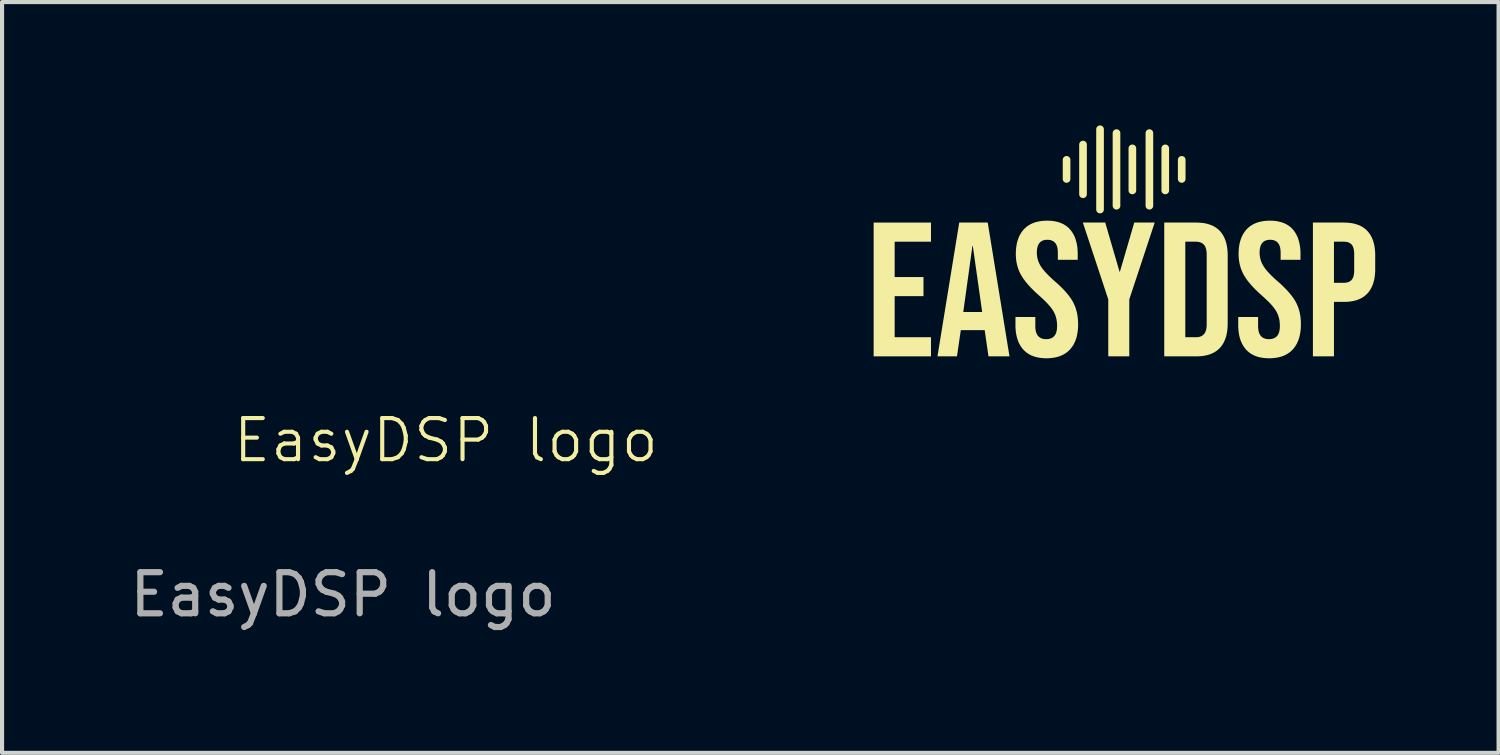
<source format=kicad_pcb>
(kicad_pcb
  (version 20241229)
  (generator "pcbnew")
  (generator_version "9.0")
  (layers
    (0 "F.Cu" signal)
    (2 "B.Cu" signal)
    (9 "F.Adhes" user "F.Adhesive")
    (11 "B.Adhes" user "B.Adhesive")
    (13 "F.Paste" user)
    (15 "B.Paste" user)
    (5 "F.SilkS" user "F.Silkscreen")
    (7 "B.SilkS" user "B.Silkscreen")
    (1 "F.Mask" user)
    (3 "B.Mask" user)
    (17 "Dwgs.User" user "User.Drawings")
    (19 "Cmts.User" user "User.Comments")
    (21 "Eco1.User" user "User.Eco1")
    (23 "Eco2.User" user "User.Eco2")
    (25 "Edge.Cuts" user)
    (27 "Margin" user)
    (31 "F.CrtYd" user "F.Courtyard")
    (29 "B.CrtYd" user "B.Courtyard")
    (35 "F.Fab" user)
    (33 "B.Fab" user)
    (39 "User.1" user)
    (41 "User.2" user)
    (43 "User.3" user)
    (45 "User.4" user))
  (footprint "EasyDSP logo"
    (layer "F.Cu")
    (at 24.292 2.908)
    (property "Reference" "EasyDSP logo" (at -16.5 4.75 0) (unlocked yes) (layer "F.SilkS") (effects (font (size 1 1) (thickness 0.1))))
    (attr smd)
    (fp_poly (pts (xy -0.119 0.649) (xy -0.11 0.649) (xy 0.239 -0.546) (xy 0.736 -0.546) (xy 0.118 1.322) (xy 0.118 2.707) (xy -0.393 2.707) (xy -0.393 1.322) (xy -1.011 -0.546) (xy -0.467 -0.546)) (stroke (width 0) (type solid)) (fill yes) (layer "F.SilkS"))
    (fp_poly (pts (xy -4.704 -0.081) (xy -5.587 -0.081) (xy -5.587 0.779) (xy -4.886 0.779) (xy -4.886 1.243) (xy -5.587 1.243) (xy -5.587 2.242) (xy -4.704 2.242) (xy -4.704 2.707) (xy -6.098 2.707) (xy -6.098 -0.546) (xy -4.704 -0.546)) (stroke (width 0) (type solid)) (fill yes) (layer "F.SilkS"))
    (fp_poly (pts (xy -2.795 2.707) (xy -3.306 2.707) (xy -3.399 2.061) (xy -3.399 2.07) (xy -3.979 2.07) (xy -4.072 2.707) (xy -4.546 2.707) (xy -4.371 1.629) (xy -3.919 1.629) (xy -3.459 1.629) (xy -3.687 0.021) (xy -3.696 0.021) (xy -3.919 1.629) (xy -4.371 1.629) (xy -4.017 -0.546) (xy -3.324 -0.546)) (stroke (width 0) (type solid)) (fill yes) (layer "F.SilkS"))
    (fp_poly (pts (xy -1.402 -2.164) (xy -1.398 -2.164) (xy -1.393 -2.163) (xy -1.388 -2.162) (xy -1.384 -2.161) (xy -1.379 -2.16) (xy -1.375 -2.158) (xy -1.371 -2.157) (xy -1.367 -2.155) (xy -1.363 -2.153) (xy -1.359 -2.151) (xy -1.355 -2.148) (xy -1.351 -2.146) (xy -1.348 -2.143) (xy -1.345 -2.14) (xy -1.341 -2.137) (xy -1.338 -2.134) (xy -1.335 -2.13) (xy -1.333 -2.127) (xy -1.33 -2.123) (xy -1.328 -2.119) (xy -1.325 -2.115) (xy -1.323 -2.111) (xy -1.321 -2.107) (xy -1.32 -2.103) (xy -1.318 -2.099) (xy -1.317 -2.094) (xy -1.316 -2.09) (xy -1.315 -2.085) (xy -1.315 -2.081) (xy -1.314 -2.076) (xy -1.314 -2.071) (xy -1.314 -1.607) (xy -1.314 -1.602) (xy -1.315 -1.597) (xy -1.315 -1.592) (xy -1.316 -1.588) (xy -1.317 -1.583) (xy -1.318 -1.579) (xy -1.32 -1.575) (xy -1.321 -1.57) (xy -1.323 -1.566) (xy -1.325 -1.562) (xy -1.328 -1.558) (xy -1.33 -1.555) (xy -1.333 -1.551) (xy -1.335 -1.547) (xy -1.338 -1.544) (xy -1.341 -1.541) (xy -1.345 -1.538) (xy -1.348 -1.535) (xy -1.351 -1.532) (xy -1.355 -1.529) (xy -1.359 -1.527) (xy -1.363 -1.525) (xy -1.367 -1.523) (xy -1.371 -1.521) (xy -1.375 -1.519) (xy -1.379 -1.518) (xy -1.384 -1.517) (xy -1.388 -1.515) (xy -1.393 -1.515) (xy -1.398 -1.514) (xy -1.402 -1.514) (xy -1.407 -1.514) (xy -1.412 -1.514) (xy -1.417 -1.514) (xy -1.421 -1.515) (xy -1.426 -1.515) (xy -1.43 -1.517) (xy -1.435 -1.518) (xy -1.439 -1.519) (xy -1.443 -1.521) (xy -1.447 -1.523) (xy -1.451 -1.525) (xy -1.455 -1.527) (xy -1.459 -1.529) (xy -1.463 -1.532) (xy -1.466 -1.535) (xy -1.47 -1.538) (xy -1.473 -1.541) (xy -1.476 -1.544) (xy -1.479 -1.547) (xy -1.482 -1.551) (xy -1.484 -1.555) (xy -1.487 -1.558) (xy -1.489 -1.562) (xy -1.491 -1.566) (xy -1.493 -1.57) (xy -1.494 -1.575) (xy -1.496 -1.579) (xy -1.497 -1.583) (xy -1.498 -1.588) (xy -1.499 -1.592) (xy -1.5 -1.597) (xy -1.5 -1.602) (xy -1.5 -1.607) (xy -1.5 -2.071) (xy -1.5 -2.076) (xy -1.5 -2.081) (xy -1.499 -2.085) (xy -1.498 -2.09) (xy -1.497 -2.094) (xy -1.496 -2.099) (xy -1.494 -2.103) (xy -1.493 -2.107) (xy -1.491 -2.111) (xy -1.489 -2.115) (xy -1.487 -2.119) (xy -1.484 -2.123) (xy -1.482 -2.127) (xy -1.479 -2.13) (xy -1.476 -2.134) (xy -1.473 -2.137) (xy -1.47 -2.14) (xy -1.466 -2.143) (xy -1.463 -2.146) (xy -1.459 -2.148) (xy -1.455 -2.151) (xy -1.451 -2.153) (xy -1.447 -2.155) (xy -1.443 -2.157) (xy -1.439 -2.158) (xy -1.435 -2.16) (xy -1.43 -2.161) (xy -1.426 -2.162) (xy -1.421 -2.163) (xy -1.417 -2.164) (xy -1.412 -2.164) (xy -1.407 -2.164)) (stroke (width 0) (type solid)) (fill yes) (layer "F.SilkS"))
    (fp_poly (pts (xy -1.002 -2.536) (xy -0.998 -2.535) (xy -0.993 -2.535) (xy -0.988 -2.534) (xy -0.984 -2.533) (xy -0.979 -2.532) (xy -0.975 -2.53) (xy -0.971 -2.529) (xy -0.967 -2.527) (xy -0.963 -2.525) (xy -0.959 -2.522) (xy -0.955 -2.52) (xy -0.951 -2.517) (xy -0.948 -2.515) (xy -0.945 -2.512) (xy -0.941 -2.509) (xy -0.938 -2.505) (xy -0.935 -2.502) (xy -0.933 -2.499) (xy -0.93 -2.495) (xy -0.928 -2.491) (xy -0.925 -2.487) (xy -0.923 -2.483) (xy -0.921 -2.479) (xy -0.92 -2.475) (xy -0.918 -2.471) (xy -0.917 -2.466) (xy -0.916 -2.462) (xy -0.915 -2.457) (xy -0.915 -2.452) (xy -0.914 -2.448) (xy -0.914 -2.443) (xy -0.914 -1.235) (xy -0.914 -1.23) (xy -0.915 -1.225) (xy -0.915 -1.221) (xy -0.916 -1.216) (xy -0.917 -1.212) (xy -0.918 -1.207) (xy -0.92 -1.203) (xy -0.921 -1.199) (xy -0.923 -1.195) (xy -0.925 -1.191) (xy -0.928 -1.187) (xy -0.93 -1.183) (xy -0.933 -1.179) (xy -0.935 -1.176) (xy -0.938 -1.172) (xy -0.941 -1.169) (xy -0.945 -1.166) (xy -0.948 -1.163) (xy -0.951 -1.16) (xy -0.955 -1.158) (xy -0.959 -1.155) (xy -0.963 -1.153) (xy -0.967 -1.151) (xy -0.971 -1.149) (xy -0.975 -1.148) (xy -0.979 -1.146) (xy -0.984 -1.145) (xy -0.988 -1.144) (xy -0.993 -1.143) (xy -0.998 -1.142) (xy -1.002 -1.142) (xy -1.007 -1.142) (xy -1.012 -1.142) (xy -1.017 -1.142) (xy -1.021 -1.143) (xy -1.026 -1.144) (xy -1.03 -1.145) (xy -1.035 -1.146) (xy -1.039 -1.148) (xy -1.043 -1.149) (xy -1.047 -1.151) (xy -1.051 -1.153) (xy -1.055 -1.155) (xy -1.059 -1.158) (xy -1.063 -1.16) (xy -1.066 -1.163) (xy -1.07 -1.166) (xy -1.073 -1.169) (xy -1.076 -1.172) (xy -1.079 -1.176) (xy -1.082 -1.179) (xy -1.084 -1.183) (xy -1.087 -1.187) (xy -1.089 -1.191) (xy -1.091 -1.195) (xy -1.093 -1.199) (xy -1.094 -1.203) (xy -1.096 -1.207) (xy -1.097 -1.212) (xy -1.098 -1.216) (xy -1.099 -1.221) (xy -1.1 -1.225) (xy -1.1 -1.23) (xy -1.1 -1.235) (xy -1.1 -2.443) (xy -1.1 -2.448) (xy -1.1 -2.452) (xy -1.099 -2.457) (xy -1.098 -2.462) (xy -1.097 -2.466) (xy -1.096 -2.471) (xy -1.094 -2.475) (xy -1.093 -2.479) (xy -1.091 -2.483) (xy -1.089 -2.487) (xy -1.087 -2.491) (xy -1.084 -2.495) (xy -1.082 -2.499) (xy -1.079 -2.502) (xy -1.076 -2.505) (xy -1.073 -2.509) (xy -1.07 -2.512) (xy -1.066 -2.515) (xy -1.063 -2.517) (xy -1.059 -2.52) (xy -1.055 -2.522) (xy -1.051 -2.525) (xy -1.047 -2.527) (xy -1.043 -2.529) (xy -1.039 -2.53) (xy -1.035 -2.532) (xy -1.03 -2.533) (xy -1.026 -2.534) (xy -1.021 -2.535) (xy -1.017 -2.535) (xy -1.012 -2.536) (xy -1.007 -2.536)) (stroke (width 0) (type solid)) (fill yes) (layer "F.SilkS"))
    (fp_poly (pts (xy -0.588 -2.907) (xy -0.583 -2.907) (xy -0.579 -2.907) (xy -0.574 -2.906) (xy -0.57 -2.905) (xy -0.565 -2.903) (xy -0.561 -2.902) (xy -0.557 -2.9) (xy -0.553 -2.898) (xy -0.549 -2.896) (xy -0.545 -2.894) (xy -0.541 -2.892) (xy -0.537 -2.889) (xy -0.534 -2.886) (xy -0.53 -2.883) (xy -0.527 -2.88) (xy -0.524 -2.877) (xy -0.521 -2.874) (xy -0.518 -2.87) (xy -0.516 -2.867) (xy -0.513 -2.863) (xy -0.511 -2.859) (xy -0.509 -2.855) (xy -0.507 -2.851) (xy -0.506 -2.847) (xy -0.504 -2.842) (xy -0.503 -2.838) (xy -0.502 -2.833) (xy -0.501 -2.829) (xy -0.5 -2.824) (xy -0.5 -2.819) (xy -0.5 -2.815) (xy -0.5 -0.863) (xy -0.5 -0.858) (xy -0.5 -0.854) (xy -0.501 -0.849) (xy -0.502 -0.844) (xy -0.503 -0.84) (xy -0.504 -0.835) (xy -0.506 -0.831) (xy -0.507 -0.827) (xy -0.509 -0.823) (xy -0.511 -0.819) (xy -0.513 -0.815) (xy -0.516 -0.811) (xy -0.518 -0.807) (xy -0.521 -0.804) (xy -0.524 -0.801) (xy -0.527 -0.797) (xy -0.53 -0.794) (xy -0.534 -0.791) (xy -0.537 -0.789) (xy -0.541 -0.786) (xy -0.545 -0.784) (xy -0.549 -0.781) (xy -0.553 -0.779) (xy -0.557 -0.777) (xy -0.561 -0.776) (xy -0.565 -0.774) (xy -0.57 -0.773) (xy -0.574 -0.772) (xy -0.579 -0.771) (xy -0.583 -0.771) (xy -0.588 -0.77) (xy -0.593 -0.77) (xy -0.598 -0.77) (xy -0.602 -0.771) (xy -0.607 -0.771) (xy -0.612 -0.772) (xy -0.616 -0.773) (xy -0.621 -0.774) (xy -0.625 -0.776) (xy -0.629 -0.777) (xy -0.633 -0.779) (xy -0.637 -0.781) (xy -0.641 -0.784) (xy -0.645 -0.786) (xy -0.649 -0.789) (xy -0.652 -0.791) (xy -0.655 -0.794) (xy -0.659 -0.797) (xy -0.662 -0.801) (xy -0.665 -0.804) (xy -0.667 -0.807) (xy -0.67 -0.811) (xy -0.672 -0.815) (xy -0.675 -0.819) (xy -0.677 -0.823) (xy -0.679 -0.827) (xy -0.68 -0.831) (xy -0.682 -0.835) (xy -0.683 -0.84) (xy -0.684 -0.844) (xy -0.685 -0.849) (xy -0.685 -0.854) (xy -0.686 -0.858) (xy -0.686 -0.863) (xy -0.686 -2.815) (xy -0.686 -2.819) (xy -0.685 -2.824) (xy -0.685 -2.829) (xy -0.684 -2.833) (xy -0.683 -2.838) (xy -0.682 -2.842) (xy -0.68 -2.847) (xy -0.679 -2.851) (xy -0.677 -2.855) (xy -0.675 -2.859) (xy -0.672 -2.863) (xy -0.67 -2.867) (xy -0.667 -2.87) (xy -0.665 -2.874) (xy -0.662 -2.877) (xy -0.659 -2.88) (xy -0.655 -2.883) (xy -0.652 -2.886) (xy -0.649 -2.889) (xy -0.645 -2.892) (xy -0.641 -2.894) (xy -0.637 -2.896) (xy -0.633 -2.898) (xy -0.629 -2.9) (xy -0.625 -2.902) (xy -0.621 -2.903) (xy -0.616 -2.905) (xy -0.612 -2.906) (xy -0.607 -2.907) (xy -0.602 -2.907) (xy -0.598 -2.907) (xy -0.593 -2.908)) (stroke (width 0) (type solid)) (fill yes) (layer "F.SilkS"))
    (fp_poly (pts (xy -0.188 -2.815) (xy -0.183 -2.814) (xy -0.179 -2.814) (xy -0.174 -2.813) (xy -0.17 -2.812) (xy -0.165 -2.81) (xy -0.161 -2.809) (xy -0.157 -2.807) (xy -0.153 -2.805) (xy -0.149 -2.803) (xy -0.145 -2.801) (xy -0.141 -2.799) (xy -0.137 -2.796) (xy -0.134 -2.793) (xy -0.13 -2.791) (xy -0.127 -2.787) (xy -0.124 -2.784) (xy -0.121 -2.781) (xy -0.118 -2.777) (xy -0.116 -2.774) (xy -0.113 -2.77) (xy -0.111 -2.766) (xy -0.109 -2.762) (xy -0.107 -2.758) (xy -0.106 -2.754) (xy -0.104 -2.749) (xy -0.103 -2.745) (xy -0.102 -2.74) (xy -0.101 -2.736) (xy -0.1 -2.731) (xy -0.1 -2.727) (xy -0.1 -2.722) (xy -0.1 -0.956) (xy -0.1 -0.951) (xy -0.1 -0.946) (xy -0.101 -0.942) (xy -0.102 -0.937) (xy -0.103 -0.933) (xy -0.104 -0.928) (xy -0.106 -0.924) (xy -0.107 -0.92) (xy -0.109 -0.916) (xy -0.111 -0.912) (xy -0.113 -0.908) (xy -0.116 -0.904) (xy -0.118 -0.9) (xy -0.121 -0.897) (xy -0.124 -0.894) (xy -0.127 -0.89) (xy -0.13 -0.887) (xy -0.134 -0.884) (xy -0.137 -0.882) (xy -0.141 -0.879) (xy -0.145 -0.877) (xy -0.149 -0.874) (xy -0.153 -0.872) (xy -0.157 -0.87) (xy -0.161 -0.869) (xy -0.165 -0.867) (xy -0.17 -0.866) (xy -0.174 -0.865) (xy -0.179 -0.864) (xy -0.183 -0.864) (xy -0.188 -0.863) (xy -0.193 -0.863) (xy -0.198 -0.863) (xy -0.202 -0.864) (xy -0.207 -0.864) (xy -0.212 -0.865) (xy -0.216 -0.866) (xy -0.221 -0.867) (xy -0.225 -0.869) (xy -0.229 -0.87) (xy -0.233 -0.872) (xy -0.237 -0.874) (xy -0.241 -0.877) (xy -0.245 -0.879) (xy -0.249 -0.882) (xy -0.252 -0.884) (xy -0.255 -0.887) (xy -0.259 -0.89) (xy -0.262 -0.894) (xy -0.265 -0.897) (xy -0.267 -0.9) (xy -0.27 -0.904) (xy -0.272 -0.908) (xy -0.275 -0.912) (xy -0.277 -0.916) (xy -0.279 -0.92) (xy -0.28 -0.924) (xy -0.282 -0.928) (xy -0.283 -0.933) (xy -0.284 -0.937) (xy -0.285 -0.942) (xy -0.285 -0.946) (xy -0.286 -0.951) (xy -0.286 -0.956) (xy -0.286 -2.722) (xy -0.286 -2.727) (xy -0.285 -2.731) (xy -0.285 -2.736) (xy -0.284 -2.74) (xy -0.283 -2.745) (xy -0.282 -2.749) (xy -0.28 -2.754) (xy -0.279 -2.758) (xy -0.277 -2.762) (xy -0.275 -2.766) (xy -0.272 -2.77) (xy -0.27 -2.774) (xy -0.267 -2.777) (xy -0.265 -2.781) (xy -0.262 -2.784) (xy -0.259 -2.787) (xy -0.255 -2.791) (xy -0.252 -2.793) (xy -0.249 -2.796) (xy -0.245 -2.799) (xy -0.241 -2.801) (xy -0.237 -2.803) (xy -0.233 -2.805) (xy -0.229 -2.807) (xy -0.225 -2.809) (xy -0.221 -2.81) (xy -0.216 -2.812) (xy -0.212 -2.813) (xy -0.207 -2.814) (xy -0.202 -2.814) (xy -0.198 -2.815) (xy -0.193 -2.815)) (stroke (width 0) (type solid)) (fill yes) (layer "F.SilkS"))
    (fp_poly (pts (xy 0.198 -2.443) (xy 0.202 -2.442) (xy 0.207 -2.442) (xy 0.212 -2.441) (xy 0.216 -2.44) (xy 0.221 -2.439) (xy 0.225 -2.437) (xy 0.229 -2.436) (xy 0.233 -2.434) (xy 0.237 -2.432) (xy 0.241 -2.429) (xy 0.245 -2.427) (xy 0.249 -2.424) (xy 0.252 -2.422) (xy 0.255 -2.419) (xy 0.259 -2.416) (xy 0.262 -2.412) (xy 0.265 -2.409) (xy 0.267 -2.406) (xy 0.27 -2.402) (xy 0.272 -2.398) (xy 0.275 -2.394) (xy 0.277 -2.39) (xy 0.279 -2.386) (xy 0.28 -2.382) (xy 0.282 -2.378) (xy 0.283 -2.373) (xy 0.284 -2.369) (xy 0.285 -2.364) (xy 0.285 -2.359) (xy 0.286 -2.355) (xy 0.286 -2.35) (xy 0.286 -1.328) (xy 0.286 -1.323) (xy 0.285 -1.318) (xy 0.285 -1.314) (xy 0.284 -1.309) (xy 0.283 -1.305) (xy 0.282 -1.3) (xy 0.28 -1.296) (xy 0.279 -1.292) (xy 0.277 -1.287) (xy 0.275 -1.283) (xy 0.272 -1.28) (xy 0.27 -1.276) (xy 0.267 -1.272) (xy 0.265 -1.269) (xy 0.262 -1.265) (xy 0.259 -1.262) (xy 0.255 -1.259) (xy 0.252 -1.256) (xy 0.249 -1.253) (xy 0.245 -1.251) (xy 0.241 -1.248) (xy 0.237 -1.246) (xy 0.233 -1.244) (xy 0.229 -1.242) (xy 0.225 -1.24) (xy 0.221 -1.239) (xy 0.216 -1.238) (xy 0.212 -1.237) (xy 0.207 -1.236) (xy 0.202 -1.235) (xy 0.198 -1.235) (xy 0.193 -1.235) (xy 0.188 -1.235) (xy 0.183 -1.235) (xy 0.179 -1.236) (xy 0.174 -1.237) (xy 0.17 -1.238) (xy 0.165 -1.239) (xy 0.161 -1.24) (xy 0.157 -1.242) (xy 0.153 -1.244) (xy 0.149 -1.246) (xy 0.145 -1.248) (xy 0.141 -1.251) (xy 0.137 -1.253) (xy 0.134 -1.256) (xy 0.13 -1.259) (xy 0.127 -1.262) (xy 0.124 -1.265) (xy 0.121 -1.269) (xy 0.118 -1.272) (xy 0.116 -1.276) (xy 0.113 -1.28) (xy 0.111 -1.283) (xy 0.109 -1.287) (xy 0.107 -1.292) (xy 0.106 -1.296) (xy 0.104 -1.3) (xy 0.103 -1.305) (xy 0.102 -1.309) (xy 0.101 -1.314) (xy 0.1 -1.318) (xy 0.1 -1.323) (xy 0.1 -1.328) (xy 0.1 -2.35) (xy 0.1 -2.355) (xy 0.1 -2.359) (xy 0.101 -2.364) (xy 0.102 -2.369) (xy 0.103 -2.373) (xy 0.104 -2.378) (xy 0.106 -2.382) (xy 0.107 -2.386) (xy 0.109 -2.39) (xy 0.111 -2.394) (xy 0.113 -2.398) (xy 0.116 -2.402) (xy 0.118 -2.406) (xy 0.121 -2.409) (xy 0.124 -2.412) (xy 0.127 -2.416) (xy 0.13 -2.419) (xy 0.134 -2.422) (xy 0.137 -2.424) (xy 0.141 -2.427) (xy 0.145 -2.429) (xy 0.149 -2.432) (xy 0.153 -2.434) (xy 0.157 -2.436) (xy 0.161 -2.437) (xy 0.165 -2.439) (xy 0.17 -2.44) (xy 0.174 -2.441) (xy 0.179 -2.442) (xy 0.183 -2.442) (xy 0.188 -2.443) (xy 0.193 -2.443)) (stroke (width 0) (type solid)) (fill yes) (layer "F.SilkS"))
    (fp_poly (pts (xy 0.612 -2.815) (xy 0.617 -2.814) (xy 0.621 -2.814) (xy 0.626 -2.813) (xy 0.63 -2.812) (xy 0.635 -2.81) (xy 0.639 -2.809) (xy 0.643 -2.807) (xy 0.647 -2.805) (xy 0.651 -2.803) (xy 0.655 -2.801) (xy 0.659 -2.799) (xy 0.663 -2.796) (xy 0.666 -2.793) (xy 0.67 -2.791) (xy 0.673 -2.787) (xy 0.676 -2.784) (xy 0.679 -2.781) (xy 0.682 -2.777) (xy 0.684 -2.774) (xy 0.687 -2.77) (xy 0.689 -2.766) (xy 0.691 -2.762) (xy 0.693 -2.758) (xy 0.694 -2.754) (xy 0.696 -2.749) (xy 0.697 -2.745) (xy 0.698 -2.74) (xy 0.699 -2.736) (xy 0.7 -2.731) (xy 0.7 -2.727) (xy 0.7 -2.722) (xy 0.7 -0.956) (xy 0.7 -0.951) (xy 0.7 -0.946) (xy 0.699 -0.942) (xy 0.698 -0.937) (xy 0.697 -0.933) (xy 0.696 -0.928) (xy 0.694 -0.924) (xy 0.693 -0.92) (xy 0.691 -0.916) (xy 0.689 -0.912) (xy 0.687 -0.908) (xy 0.684 -0.904) (xy 0.682 -0.9) (xy 0.679 -0.897) (xy 0.676 -0.894) (xy 0.673 -0.89) (xy 0.67 -0.887) (xy 0.666 -0.884) (xy 0.663 -0.882) (xy 0.659 -0.879) (xy 0.655 -0.877) (xy 0.651 -0.874) (xy 0.647 -0.872) (xy 0.643 -0.87) (xy 0.639 -0.869) (xy 0.635 -0.867) (xy 0.63 -0.866) (xy 0.626 -0.865) (xy 0.621 -0.864) (xy 0.617 -0.864) (xy 0.612 -0.863) (xy 0.607 -0.863) (xy 0.602 -0.863) (xy 0.598 -0.864) (xy 0.593 -0.864) (xy 0.588 -0.865) (xy 0.584 -0.866) (xy 0.579 -0.867) (xy 0.575 -0.869) (xy 0.571 -0.87) (xy 0.567 -0.872) (xy 0.563 -0.874) (xy 0.559 -0.877) (xy 0.555 -0.879) (xy 0.551 -0.882) (xy 0.548 -0.884) (xy 0.545 -0.887) (xy 0.541 -0.89) (xy 0.538 -0.894) (xy 0.535 -0.897) (xy 0.533 -0.9) (xy 0.53 -0.904) (xy 0.528 -0.908) (xy 0.525 -0.912) (xy 0.523 -0.916) (xy 0.521 -0.92) (xy 0.52 -0.924) (xy 0.518 -0.928) (xy 0.517 -0.933) (xy 0.516 -0.937) (xy 0.515 -0.942) (xy 0.515 -0.946) (xy 0.514 -0.951) (xy 0.514 -0.956) (xy 0.514 -2.722) (xy 0.514 -2.727) (xy 0.515 -2.731) (xy 0.515 -2.736) (xy 0.516 -2.74) (xy 0.517 -2.745) (xy 0.518 -2.749) (xy 0.52 -2.754) (xy 0.521 -2.758) (xy 0.523 -2.762) (xy 0.525 -2.766) (xy 0.528 -2.77) (xy 0.53 -2.774) (xy 0.533 -2.777) (xy 0.535 -2.781) (xy 0.538 -2.784) (xy 0.541 -2.787) (xy 0.545 -2.791) (xy 0.548 -2.793) (xy 0.551 -2.796) (xy 0.555 -2.799) (xy 0.559 -2.801) (xy 0.563 -2.803) (xy 0.567 -2.805) (xy 0.571 -2.807) (xy 0.575 -2.809) (xy 0.579 -2.81) (xy 0.584 -2.812) (xy 0.588 -2.813) (xy 0.593 -2.814) (xy 0.598 -2.814) (xy 0.602 -2.815) (xy 0.607 -2.815)) (stroke (width 0) (type solid)) (fill yes) (layer "F.SilkS"))
    (fp_poly (pts (xy 0.998 -2.443) (xy 1.002 -2.442) (xy 1.007 -2.442) (xy 1.012 -2.441) (xy 1.016 -2.44) (xy 1.021 -2.439) (xy 1.025 -2.437) (xy 1.029 -2.436) (xy 1.033 -2.434) (xy 1.037 -2.432) (xy 1.041 -2.429) (xy 1.045 -2.427) (xy 1.049 -2.424) (xy 1.052 -2.422) (xy 1.055 -2.419) (xy 1.059 -2.416) (xy 1.062 -2.412) (xy 1.065 -2.409) (xy 1.067 -2.406) (xy 1.07 -2.402) (xy 1.072 -2.398) (xy 1.075 -2.394) (xy 1.077 -2.39) (xy 1.079 -2.386) (xy 1.08 -2.382) (xy 1.082 -2.378) (xy 1.083 -2.373) (xy 1.084 -2.369) (xy 1.085 -2.364) (xy 1.085 -2.359) (xy 1.086 -2.355) (xy 1.086 -2.35) (xy 1.086 -1.328) (xy 1.086 -1.323) (xy 1.085 -1.318) (xy 1.085 -1.314) (xy 1.084 -1.309) (xy 1.083 -1.305) (xy 1.082 -1.3) (xy 1.08 -1.296) (xy 1.079 -1.292) (xy 1.077 -1.287) (xy 1.075 -1.283) (xy 1.072 -1.28) (xy 1.07 -1.276) (xy 1.067 -1.272) (xy 1.065 -1.269) (xy 1.062 -1.265) (xy 1.059 -1.262) (xy 1.055 -1.259) (xy 1.052 -1.256) (xy 1.049 -1.253) (xy 1.045 -1.251) (xy 1.041 -1.248) (xy 1.037 -1.246) (xy 1.033 -1.244) (xy 1.029 -1.242) (xy 1.025 -1.24) (xy 1.021 -1.239) (xy 1.016 -1.238) (xy 1.012 -1.237) (xy 1.007 -1.236) (xy 1.002 -1.235) (xy 0.998 -1.235) (xy 0.993 -1.235) (xy 0.988 -1.235) (xy 0.983 -1.235) (xy 0.979 -1.236) (xy 0.974 -1.237) (xy 0.97 -1.238) (xy 0.965 -1.239) (xy 0.961 -1.24) (xy 0.957 -1.242) (xy 0.953 -1.244) (xy 0.949 -1.246) (xy 0.945 -1.248) (xy 0.941 -1.251) (xy 0.937 -1.253) (xy 0.934 -1.256) (xy 0.93 -1.259) (xy 0.927 -1.262) (xy 0.924 -1.265) (xy 0.921 -1.269) (xy 0.918 -1.272) (xy 0.916 -1.276) (xy 0.913 -1.28) (xy 0.911 -1.283) (xy 0.909 -1.287) (xy 0.907 -1.292) (xy 0.906 -1.296) (xy 0.904 -1.3) (xy 0.903 -1.305) (xy 0.902 -1.309) (xy 0.901 -1.314) (xy 0.9 -1.318) (xy 0.9 -1.323) (xy 0.9 -1.328) (xy 0.9 -2.35) (xy 0.9 -2.355) (xy 0.9 -2.359) (xy 0.901 -2.364) (xy 0.902 -2.369) (xy 0.903 -2.373) (xy 0.904 -2.378) (xy 0.906 -2.382) (xy 0.907 -2.386) (xy 0.909 -2.39) (xy 0.911 -2.394) (xy 0.913 -2.398) (xy 0.916 -2.402) (xy 0.918 -2.406) (xy 0.921 -2.409) (xy 0.924 -2.412) (xy 0.927 -2.416) (xy 0.93 -2.419) (xy 0.934 -2.422) (xy 0.937 -2.424) (xy 0.941 -2.427) (xy 0.945 -2.429) (xy 0.949 -2.432) (xy 0.953 -2.434) (xy 0.957 -2.436) (xy 0.961 -2.437) (xy 0.965 -2.439) (xy 0.97 -2.44) (xy 0.974 -2.441) (xy 0.979 -2.442) (xy 0.983 -2.442) (xy 0.988 -2.443) (xy 0.993 -2.443)) (stroke (width 0) (type solid)) (fill yes) (layer "F.SilkS"))
    (fp_poly (pts (xy 1.398 -2.164) (xy 1.402 -2.164) (xy 1.407 -2.163) (xy 1.412 -2.162) (xy 1.416 -2.161) (xy 1.421 -2.16) (xy 1.425 -2.158) (xy 1.429 -2.157) (xy 1.433 -2.155) (xy 1.437 -2.153) (xy 1.441 -2.151) (xy 1.445 -2.148) (xy 1.449 -2.146) (xy 1.452 -2.143) (xy 1.455 -2.14) (xy 1.459 -2.137) (xy 1.462 -2.134) (xy 1.465 -2.13) (xy 1.467 -2.127) (xy 1.47 -2.123) (xy 1.472 -2.119) (xy 1.475 -2.115) (xy 1.477 -2.111) (xy 1.479 -2.107) (xy 1.48 -2.103) (xy 1.482 -2.099) (xy 1.483 -2.094) (xy 1.484 -2.09) (xy 1.485 -2.085) (xy 1.485 -2.081) (xy 1.486 -2.076) (xy 1.486 -2.071) (xy 1.486 -1.607) (xy 1.486 -1.602) (xy 1.485 -1.597) (xy 1.485 -1.592) (xy 1.484 -1.588) (xy 1.483 -1.583) (xy 1.482 -1.579) (xy 1.48 -1.575) (xy 1.479 -1.57) (xy 1.477 -1.566) (xy 1.475 -1.562) (xy 1.472 -1.558) (xy 1.47 -1.555) (xy 1.467 -1.551) (xy 1.465 -1.547) (xy 1.462 -1.544) (xy 1.459 -1.541) (xy 1.455 -1.538) (xy 1.452 -1.535) (xy 1.449 -1.532) (xy 1.445 -1.529) (xy 1.441 -1.527) (xy 1.437 -1.525) (xy 1.433 -1.523) (xy 1.429 -1.521) (xy 1.425 -1.519) (xy 1.421 -1.518) (xy 1.416 -1.517) (xy 1.412 -1.515) (xy 1.407 -1.515) (xy 1.402 -1.514) (xy 1.398 -1.514) (xy 1.393 -1.514) (xy 1.388 -1.514) (xy 1.383 -1.514) (xy 1.379 -1.515) (xy 1.374 -1.515) (xy 1.37 -1.517) (xy 1.365 -1.518) (xy 1.361 -1.519) (xy 1.357 -1.521) (xy 1.353 -1.523) (xy 1.349 -1.525) (xy 1.345 -1.527) (xy 1.341 -1.529) (xy 1.337 -1.532) (xy 1.334 -1.535) (xy 1.33 -1.538) (xy 1.327 -1.541) (xy 1.324 -1.544) (xy 1.321 -1.547) (xy 1.318 -1.551) (xy 1.316 -1.555) (xy 1.313 -1.558) (xy 1.311 -1.562) (xy 1.309 -1.566) (xy 1.307 -1.57) (xy 1.306 -1.575) (xy 1.304 -1.579) (xy 1.303 -1.583) (xy 1.302 -1.588) (xy 1.301 -1.592) (xy 1.3 -1.597) (xy 1.3 -1.602) (xy 1.3 -1.607) (xy 1.3 -2.071) (xy 1.3 -2.076) (xy 1.3 -2.081) (xy 1.301 -2.085) (xy 1.302 -2.09) (xy 1.303 -2.094) (xy 1.304 -2.099) (xy 1.306 -2.103) (xy 1.307 -2.107) (xy 1.309 -2.111) (xy 1.311 -2.115) (xy 1.313 -2.119) (xy 1.316 -2.123) (xy 1.318 -2.127) (xy 1.321 -2.13) (xy 1.324 -2.134) (xy 1.327 -2.137) (xy 1.33 -2.14) (xy 1.334 -2.143) (xy 1.337 -2.146) (xy 1.341 -2.148) (xy 1.345 -2.151) (xy 1.349 -2.153) (xy 1.353 -2.155) (xy 1.357 -2.157) (xy 1.361 -2.158) (xy 1.365 -2.16) (xy 1.37 -2.161) (xy 1.374 -2.162) (xy 1.379 -2.163) (xy 1.383 -2.164) (xy 1.388 -2.164) (xy 1.393 -2.164)) (stroke (width 0) (type solid)) (fill yes) (layer "F.SilkS"))
    (fp_poly (pts (xy 1.796 -0.545) (xy 1.841 -0.542) (xy 1.885 -0.538) (xy 1.928 -0.533) (xy 1.969 -0.526) (xy 2.008 -0.517) (xy 2.046 -0.506) (xy 2.082 -0.494) (xy 2.117 -0.481) (xy 2.151 -0.466) (xy 2.183 -0.449) (xy 2.213 -0.431) (xy 2.242 -0.411) (xy 2.27 -0.389) (xy 2.296 -0.366) (xy 2.321 -0.341) (xy 2.344 -0.315) (xy 2.365 -0.287) (xy 2.385 -0.258) (xy 2.404 -0.227) (xy 2.421 -0.195) (xy 2.437 -0.161) (xy 2.451 -0.126) (xy 2.463 -0.089) (xy 2.475 -0.051) (xy 2.484 -0.011) (xy 2.492 0.03) (xy 2.499 0.073) (xy 2.504 0.117) (xy 2.508 0.163) (xy 2.51 0.21) (xy 2.511 0.258) (xy 2.511 1.903) (xy 2.51 1.952) (xy 2.508 1.999) (xy 2.504 2.045) (xy 2.499 2.089) (xy 2.492 2.131) (xy 2.484 2.173) (xy 2.475 2.212) (xy 2.463 2.251) (xy 2.451 2.287) (xy 2.437 2.322) (xy 2.421 2.356) (xy 2.404 2.388) (xy 2.385 2.419) (xy 2.365 2.449) (xy 2.344 2.476) (xy 2.321 2.503) (xy 2.296 2.527) (xy 2.27 2.551) (xy 2.242 2.572) (xy 2.213 2.592) (xy 2.183 2.61) (xy 2.151 2.627) (xy 2.117 2.642) (xy 2.082 2.656) (xy 2.046 2.668) (xy 2.008 2.678) (xy 1.969 2.687) (xy 1.928 2.694) (xy 1.885 2.7) (xy 1.841 2.704) (xy 1.796 2.706) (xy 1.749 2.707) (xy 0.968 2.707) (xy 0.968 -0.081) (xy 1.48 -0.081) (xy 1.48 2.242) (xy 1.74 2.242) (xy 1.755 2.242) (xy 1.77 2.241) (xy 1.785 2.24) (xy 1.799 2.238) (xy 1.813 2.235) (xy 1.826 2.232) (xy 1.838 2.228) (xy 1.851 2.224) (xy 1.863 2.219) (xy 1.874 2.213) (xy 1.885 2.207) (xy 1.896 2.201) (xy 1.906 2.193) (xy 1.915 2.185) (xy 1.924 2.177) (xy 1.933 2.168) (xy 1.941 2.158) (xy 1.949 2.148) (xy 1.956 2.137) (xy 1.962 2.125) (xy 1.968 2.113) (xy 1.974 2.099) (xy 1.979 2.085) (xy 1.983 2.07) (xy 1.987 2.055) (xy 1.991 2.039) (xy 1.993 2.022) (xy 1.996 2.004) (xy 1.998 1.986) (xy 1.999 1.967) (xy 2 1.947) (xy 2 1.926) (xy 2 0.235) (xy 2 0.214) (xy 1.999 0.195) (xy 1.998 0.176) (xy 1.996 0.157) (xy 1.993 0.14) (xy 1.991 0.123) (xy 1.987 0.106) (xy 1.983 0.091) (xy 1.979 0.076) (xy 1.974 0.062) (xy 1.968 0.049) (xy 1.962 0.036) (xy 1.956 0.025) (xy 1.949 0.013) (xy 1.941 0.003) (xy 1.933 -0.007) (xy 1.924 -0.016) (xy 1.915 -0.024) (xy 1.906 -0.032) (xy 1.896 -0.039) (xy 1.885 -0.046) (xy 1.874 -0.052) (xy 1.863 -0.057) (xy 1.851 -0.062) (xy 1.838 -0.067) (xy 1.826 -0.07) (xy 1.813 -0.074) (xy 1.799 -0.076) (xy 1.785 -0.078) (xy 1.77 -0.08) (xy 1.755 -0.081) (xy 1.74 -0.081) (xy 1.48 -0.081) (xy 0.968 -0.081) (xy 0.968 -0.546) (xy 1.749 -0.546)) (stroke (width 0) (type solid)) (fill yes) (layer "F.SilkS"))
    (fp_poly (pts (xy 5.383 -0.545) (xy 5.429 -0.542) (xy 5.472 -0.538) (xy 5.515 -0.533) (xy 5.556 -0.526) (xy 5.595 -0.517) (xy 5.633 -0.506) (xy 5.67 -0.494) (xy 5.705 -0.481) (xy 5.738 -0.466) (xy 5.77 -0.449) (xy 5.801 -0.431) (xy 5.83 -0.411) (xy 5.857 -0.389) (xy 5.883 -0.366) (xy 5.908 -0.341) (xy 5.931 -0.315) (xy 5.952 -0.287) (xy 5.973 -0.258) (xy 5.991 -0.227) (xy 6.008 -0.195) (xy 6.024 -0.161) (xy 6.038 -0.126) (xy 6.051 -0.089) (xy 6.062 -0.051) (xy 6.072 -0.011) (xy 6.08 0.03) (xy 6.086 0.073) (xy 6.092 0.117) (xy 6.095 0.163) (xy 6.098 0.21) (xy 6.098 0.258) (xy 6.098 0.579) (xy 6.098 0.628) (xy 6.095 0.675) (xy 6.092 0.72) (xy 6.086 0.764) (xy 6.08 0.807) (xy 6.072 0.848) (xy 6.062 0.888) (xy 6.051 0.926) (xy 6.038 0.963) (xy 6.024 0.998) (xy 6.008 1.032) (xy 5.991 1.064) (xy 5.973 1.095) (xy 5.952 1.124) (xy 5.931 1.152) (xy 5.908 1.178) (xy 5.883 1.203) (xy 5.857 1.226) (xy 5.83 1.248) (xy 5.801 1.268) (xy 5.77 1.286) (xy 5.738 1.303) (xy 5.705 1.318) (xy 5.67 1.332) (xy 5.633 1.344) (xy 5.595 1.354) (xy 5.556 1.363) (xy 5.515 1.37) (xy 5.472 1.376) (xy 5.429 1.38) (xy 5.383 1.382) (xy 5.336 1.383) (xy 5.095 1.383) (xy 5.095 2.707) (xy 4.583 2.707) (xy 4.583 -0.081) (xy 5.095 -0.081) (xy 5.095 0.918) (xy 5.336 0.918) (xy 5.352 0.918) (xy 5.367 0.917) (xy 5.381 0.916) (xy 5.395 0.914) (xy 5.408 0.911) (xy 5.421 0.908) (xy 5.434 0.905) (xy 5.446 0.901) (xy 5.457 0.896) (xy 5.468 0.891) (xy 5.479 0.885) (xy 5.489 0.879) (xy 5.498 0.872) (xy 5.507 0.865) (xy 5.516 0.857) (xy 5.524 0.848) (xy 5.532 0.839) (xy 5.539 0.829) (xy 5.545 0.819) (xy 5.552 0.807) (xy 5.557 0.795) (xy 5.562 0.782) (xy 5.567 0.769) (xy 5.571 0.754) (xy 5.575 0.739) (xy 5.578 0.723) (xy 5.581 0.706) (xy 5.583 0.689) (xy 5.585 0.671) (xy 5.586 0.652) (xy 5.587 0.632) (xy 5.587 0.611) (xy 5.587 0.226) (xy 5.587 0.205) (xy 5.586 0.185) (xy 5.585 0.166) (xy 5.583 0.148) (xy 5.581 0.131) (xy 5.578 0.114) (xy 5.575 0.098) (xy 5.571 0.083) (xy 5.567 0.068) (xy 5.562 0.055) (xy 5.557 0.042) (xy 5.552 0.03) (xy 5.545 0.018) (xy 5.539 0.008) (xy 5.532 -0.002) (xy 5.524 -0.011) (xy 5.516 -0.02) (xy 5.507 -0.028) (xy 5.498 -0.035) (xy 5.489 -0.042) (xy 5.479 -0.048) (xy 5.468 -0.054) (xy 5.457 -0.059) (xy 5.446 -0.064) (xy 5.434 -0.068) (xy 5.421 -0.071) (xy 5.408 -0.074) (xy 5.395 -0.077) (xy 5.381 -0.078) (xy 5.367 -0.08) (xy 5.352 -0.081) (xy 5.336 -0.081) (xy 5.095 -0.081) (xy 4.583 -0.081) (xy 4.583 -0.546) (xy 5.336 -0.546)) (stroke (width 0) (type solid)) (fill yes) (layer "F.SilkS"))
    (fp_poly (pts (xy -1.834 -0.591) (xy -1.79 -0.589) (xy -1.748 -0.585) (xy -1.707 -0.579) (xy -1.667 -0.571) (xy -1.629 -0.562) (xy -1.592 -0.552) (xy -1.557 -0.539) (xy -1.523 -0.525) (xy -1.49 -0.51) (xy -1.459 -0.492) (xy -1.429 -0.473) (xy -1.401 -0.453) (xy -1.374 -0.431) (xy -1.348 -0.407) (xy -1.324 -0.381) (xy -1.301 -0.354) (xy -1.28 -0.325) (xy -1.26 -0.295) (xy -1.242 -0.264) (xy -1.225 -0.231) (xy -1.209 -0.196) (xy -1.195 -0.161) (xy -1.183 -0.123) (xy -1.172 -0.085) (xy -1.162 -0.045) (xy -1.154 -0.003) (xy -1.147 0.04) (xy -1.142 0.084) (xy -1.139 0.13) (xy -1.136 0.177) (xy -1.136 0.226) (xy -1.136 0.36) (xy -1.619 0.36) (xy -1.619 0.193) (xy -1.619 0.173) (xy -1.62 0.153) (xy -1.621 0.134) (xy -1.623 0.115) (xy -1.625 0.097) (xy -1.628 0.08) (xy -1.631 0.064) (xy -1.635 0.048) (xy -1.639 0.034) (xy -1.644 0.019) (xy -1.65 0.006) (xy -1.655 -0.007) (xy -1.662 -0.019) (xy -1.669 -0.031) (xy -1.676 -0.041) (xy -1.684 -0.051) (xy -1.692 -0.06) (xy -1.701 -0.069) (xy -1.71 -0.077) (xy -1.72 -0.085) (xy -1.731 -0.091) (xy -1.741 -0.098) (xy -1.752 -0.103) (xy -1.764 -0.108) (xy -1.776 -0.113) (xy -1.789 -0.117) (xy -1.802 -0.12) (xy -1.816 -0.123) (xy -1.83 -0.125) (xy -1.844 -0.126) (xy -1.859 -0.127) (xy -1.874 -0.127) (xy -1.89 -0.127) (xy -1.905 -0.126) (xy -1.92 -0.125) (xy -1.934 -0.123) (xy -1.948 -0.12) (xy -1.961 -0.116) (xy -1.974 -0.113) (xy -1.986 -0.108) (xy -1.998 -0.103) (xy -2.009 -0.097) (xy -2.02 -0.091) (xy -2.03 -0.084) (xy -2.04 -0.076) (xy -2.049 -0.068) (xy -2.058 -0.059) (xy -2.066 -0.05) (xy -2.074 -0.04) (xy -2.081 -0.029) (xy -2.088 -0.018) (xy -2.094 -0.006) (xy -2.1 0.007) (xy -2.105 0.02) (xy -2.11 0.033) (xy -2.114 0.048) (xy -2.118 0.063) (xy -2.121 0.078) (xy -2.124 0.094) (xy -2.126 0.111) (xy -2.128 0.128) (xy -2.129 0.146) (xy -2.13 0.165) (xy -2.13 0.184) (xy -2.13 0.206) (xy -2.129 0.228) (xy -2.127 0.249) (xy -2.124 0.271) (xy -2.121 0.292) (xy -2.117 0.313) (xy -2.112 0.334) (xy -2.106 0.355) (xy -2.1 0.375) (xy -2.093 0.396) (xy -2.085 0.416) (xy -2.077 0.436) (xy -2.067 0.456) (xy -2.057 0.475) (xy -2.047 0.495) (xy -2.035 0.514) (xy -2.023 0.533) (xy -2.009 0.553) (xy -1.994 0.574) (xy -1.978 0.595) (xy -1.96 0.616) (xy -1.942 0.638) (xy -1.922 0.66) (xy -1.901 0.683) (xy -1.878 0.707) (xy -1.855 0.731) (xy -1.83 0.755) (xy -1.804 0.78) (xy -1.777 0.806) (xy -1.749 0.832) (xy -1.689 0.886) (xy -1.649 0.92) (xy -1.612 0.954) (xy -1.575 0.988) (xy -1.541 1.022) (xy -1.508 1.055) (xy -1.476 1.087) (xy -1.446 1.12) (xy -1.418 1.152) (xy -1.391 1.183) (xy -1.366 1.214) (xy -1.342 1.245) (xy -1.32 1.275) (xy -1.299 1.305) (xy -1.28 1.334) (xy -1.263 1.363) (xy -1.247 1.392) (xy -1.233 1.421) (xy -1.219 1.45) (xy -1.206 1.48) (xy -1.194 1.511) (xy -1.183 1.542) (xy -1.174 1.574) (xy -1.165 1.606) (xy -1.157 1.639) (xy -1.149 1.673) (xy -1.143 1.708) (xy -1.138 1.742) (xy -1.134 1.778) (xy -1.131 1.814) (xy -1.128 1.851) (xy -1.127 1.888) (xy -1.126 1.926) (xy -1.127 1.976) (xy -1.129 2.023) (xy -1.133 2.07) (xy -1.139 2.115) (xy -1.146 2.158) (xy -1.154 2.2) (xy -1.164 2.241) (xy -1.176 2.28) (xy -1.189 2.317) (xy -1.204 2.353) (xy -1.22 2.388) (xy -1.238 2.421) (xy -1.257 2.453) (xy -1.278 2.483) (xy -1.3 2.512) (xy -1.324 2.54) (xy -1.35 2.566) (xy -1.376 2.59) (xy -1.404 2.612) (xy -1.434 2.633) (xy -1.465 2.653) (xy -1.497 2.67) (xy -1.531 2.686) (xy -1.566 2.7) (xy -1.603 2.713) (xy -1.641 2.723) (xy -1.68 2.733) (xy -1.721 2.74) (xy -1.763 2.746) (xy -1.806 2.75) (xy -1.851 2.753) (xy -1.898 2.754) (xy -1.943 2.753) (xy -1.988 2.75) (xy -2.031 2.746) (xy -2.072 2.74) (xy -2.112 2.733) (xy -2.151 2.724) (xy -2.188 2.713) (xy -2.224 2.701) (xy -2.259 2.687) (xy -2.292 2.671) (xy -2.323 2.653) (xy -2.353 2.634) (xy -2.382 2.614) (xy -2.409 2.591) (xy -2.435 2.567) (xy -2.46 2.542) (xy -2.483 2.515) (xy -2.505 2.486) (xy -2.525 2.456) (xy -2.543 2.425) (xy -2.56 2.392) (xy -2.576 2.358) (xy -2.59 2.322) (xy -2.603 2.285) (xy -2.614 2.246) (xy -2.624 2.206) (xy -2.632 2.165) (xy -2.639 2.122) (xy -2.644 2.077) (xy -2.647 2.032) (xy -2.65 1.984) (xy -2.65 1.936) (xy -2.65 1.75) (xy -2.167 1.75) (xy -2.167 1.973) (xy -2.166 2.011) (xy -2.163 2.047) (xy -2.158 2.08) (xy -2.155 2.096) (xy -2.151 2.111) (xy -2.146 2.126) (xy -2.141 2.14) (xy -2.136 2.153) (xy -2.13 2.165) (xy -2.124 2.177) (xy -2.117 2.189) (xy -2.109 2.2) (xy -2.101 2.21) (xy -2.092 2.219) (xy -2.083 2.228) (xy -2.074 2.237) (xy -2.064 2.244) (xy -2.053 2.252) (xy -2.042 2.258) (xy -2.03 2.264) (xy -2.018 2.269) (xy -2.006 2.274) (xy -1.992 2.278) (xy -1.979 2.281) (xy -1.964 2.284) (xy -1.95 2.286) (xy -1.934 2.288) (xy -1.919 2.289) (xy -1.902 2.289) (xy -1.886 2.289) (xy -1.871 2.288) (xy -1.856 2.286) (xy -1.841 2.284) (xy -1.827 2.281) (xy -1.814 2.278) (xy -1.801 2.274) (xy -1.788 2.27) (xy -1.776 2.264) (xy -1.764 2.259) (xy -1.753 2.252) (xy -1.743 2.245) (xy -1.733 2.238) (xy -1.723 2.23) (xy -1.714 2.221) (xy -1.705 2.212) (xy -1.697 2.202) (xy -1.689 2.191) (xy -1.682 2.18) (xy -1.676 2.168) (xy -1.67 2.155) (xy -1.664 2.141) (xy -1.659 2.127) (xy -1.654 2.112) (xy -1.65 2.096) (xy -1.647 2.079) (xy -1.644 2.062) (xy -1.642 2.044) (xy -1.64 2.025) (xy -1.639 2.005) (xy -1.638 1.985) (xy -1.637 1.964) (xy -1.638 1.938) (xy -1.639 1.913) (xy -1.641 1.889) (xy -1.643 1.864) (xy -1.647 1.841) (xy -1.651 1.817) (xy -1.655 1.794) (xy -1.661 1.771) (xy -1.667 1.749) (xy -1.674 1.727) (xy -1.681 1.705) (xy -1.69 1.684) (xy -1.699 1.663) (xy -1.709 1.643) (xy -1.719 1.623) (xy -1.73 1.603) (xy -1.743 1.583) (xy -1.756 1.563) (xy -1.771 1.543) (xy -1.787 1.521) (xy -1.804 1.5) (xy -1.822 1.478) (xy -1.842 1.455) (xy -1.863 1.432) (xy -1.885 1.408) (xy -1.908 1.384) (xy -1.933 1.36) (xy -1.959 1.335) (xy -1.986 1.309) (xy -2.014 1.283) (xy -2.074 1.229) (xy -2.15 1.161) (xy -2.186 1.127) (xy -2.22 1.093) (xy -2.253 1.06) (xy -2.284 1.028) (xy -2.314 0.996) (xy -2.343 0.964) (xy -2.369 0.933) (xy -2.395 0.902) (xy -2.419 0.871) (xy -2.441 0.841) (xy -2.462 0.811) (xy -2.481 0.782) (xy -2.499 0.753) (xy -2.516 0.725) (xy -2.531 0.696) (xy -2.545 0.668) (xy -2.558 0.638) (xy -2.571 0.609) (xy -2.582 0.579) (xy -2.592 0.548) (xy -2.601 0.517) (xy -2.61 0.485) (xy -2.617 0.453) (xy -2.624 0.421) (xy -2.629 0.388) (xy -2.633 0.355) (xy -2.637 0.321) (xy -2.639 0.286) (xy -2.641 0.252) (xy -2.641 0.216) (xy -2.64 0.169) (xy -2.638 0.123) (xy -2.634 0.078) (xy -2.629 0.034) (xy -2.622 -0.008) (xy -2.614 -0.048) (xy -2.604 -0.088) (xy -2.592 -0.126) (xy -2.579 -0.162) (xy -2.565 -0.198) (xy -2.549 -0.232) (xy -2.531 -0.264) (xy -2.512 -0.296) (xy -2.492 -0.325) (xy -2.47 -0.354) (xy -2.446 -0.381) (xy -2.421 -0.407) (xy -2.394 -0.431) (xy -2.367 -0.453) (xy -2.337 -0.473) (xy -2.307 -0.492) (xy -2.275 -0.51) (xy -2.241 -0.525) (xy -2.207 -0.539) (xy -2.171 -0.552) (xy -2.133 -0.562) (xy -2.094 -0.571) (xy -2.054 -0.579) (xy -2.012 -0.585) (xy -1.969 -0.589) (xy -1.925 -0.591) (xy -1.879 -0.592)) (stroke (width 0) (type solid)) (fill yes) (layer "F.SilkS"))
    (fp_poly (pts (xy 3.583 -0.591) (xy 3.627 -0.589) (xy 3.669 -0.585) (xy 3.71 -0.579) (xy 3.75 -0.571) (xy 3.788 -0.562) (xy 3.825 -0.552) (xy 3.86 -0.539) (xy 3.894 -0.525) (xy 3.927 -0.51) (xy 3.958 -0.492) (xy 3.988 -0.473) (xy 4.016 -0.453) (xy 4.043 -0.431) (xy 4.069 -0.407) (xy 4.093 -0.381) (xy 4.116 -0.354) (xy 4.137 -0.325) (xy 4.157 -0.295) (xy 4.175 -0.264) (xy 4.192 -0.231) (xy 4.208 -0.196) (xy 4.222 -0.161) (xy 4.234 -0.123) (xy 4.245 -0.085) (xy 4.255 -0.045) (xy 4.263 -0.003) (xy 4.27 0.04) (xy 4.275 0.084) (xy 4.279 0.13) (xy 4.281 0.177) (xy 4.281 0.226) (xy 4.281 0.36) (xy 3.798 0.36) (xy 3.798 0.193) (xy 3.798 0.173) (xy 3.797 0.153) (xy 3.796 0.134) (xy 3.794 0.115) (xy 3.792 0.097) (xy 3.789 0.08) (xy 3.786 0.064) (xy 3.782 0.048) (xy 3.778 0.034) (xy 3.773 0.019) (xy 3.767 0.006) (xy 3.762 -0.007) (xy 3.755 -0.019) (xy 3.748 -0.031) (xy 3.741 -0.041) (xy 3.733 -0.051) (xy 3.725 -0.06) (xy 3.716 -0.069) (xy 3.707 -0.077) (xy 3.697 -0.085) (xy 3.687 -0.091) (xy 3.676 -0.098) (xy 3.665 -0.103) (xy 3.653 -0.108) (xy 3.641 -0.113) (xy 3.628 -0.117) (xy 3.615 -0.12) (xy 3.602 -0.123) (xy 3.588 -0.125) (xy 3.573 -0.126) (xy 3.558 -0.127) (xy 3.543 -0.127) (xy 3.527 -0.127) (xy 3.512 -0.126) (xy 3.497 -0.125) (xy 3.483 -0.123) (xy 3.469 -0.12) (xy 3.456 -0.116) (xy 3.443 -0.113) (xy 3.431 -0.108) (xy 3.419 -0.103) (xy 3.408 -0.097) (xy 3.397 -0.091) (xy 3.387 -0.084) (xy 3.377 -0.076) (xy 3.368 -0.068) (xy 3.359 -0.059) (xy 3.351 -0.05) (xy 3.343 -0.04) (xy 3.336 -0.029) (xy 3.329 -0.018) (xy 3.323 -0.006) (xy 3.317 0.007) (xy 3.312 0.02) (xy 3.307 0.033) (xy 3.303 0.048) (xy 3.299 0.063) (xy 3.296 0.078) (xy 3.293 0.094) (xy 3.291 0.111) (xy 3.289 0.128) (xy 3.288 0.146) (xy 3.287 0.165) (xy 3.287 0.184) (xy 3.287 0.206) (xy 3.289 0.228) (xy 3.29 0.249) (xy 3.293 0.271) (xy 3.296 0.292) (xy 3.3 0.313) (xy 3.305 0.334) (xy 3.311 0.355) (xy 3.317 0.375) (xy 3.324 0.396) (xy 3.332 0.416) (xy 3.34 0.436) (xy 3.35 0.456) (xy 3.36 0.475) (xy 3.37 0.495) (xy 3.382 0.514) (xy 3.394 0.533) (xy 3.408 0.553) (xy 3.423 0.574) (xy 3.439 0.595) (xy 3.457 0.616) (xy 3.475 0.638) (xy 3.495 0.66) (xy 3.516 0.683) (xy 3.539 0.707) (xy 3.562 0.731) (xy 3.587 0.755) (xy 3.613 0.78) (xy 3.64 0.806) (xy 3.668 0.832) (xy 3.729 0.886) (xy 3.768 0.92) (xy 3.806 0.954) (xy 3.842 0.988) (xy 3.876 1.022) (xy 3.909 1.055) (xy 3.941 1.087) (xy 3.971 1.12) (xy 3.999 1.152) (xy 4.026 1.183) (xy 4.051 1.214) (xy 4.075 1.245) (xy 4.097 1.275) (xy 4.118 1.305) (xy 4.137 1.334) (xy 4.154 1.363) (xy 4.17 1.392) (xy 4.185 1.421) (xy 4.198 1.45) (xy 4.211 1.48) (xy 4.223 1.511) (xy 4.234 1.542) (xy 4.244 1.574) (xy 4.253 1.606) (xy 4.261 1.639) (xy 4.268 1.673) (xy 4.274 1.708) (xy 4.279 1.742) (xy 4.283 1.778) (xy 4.287 1.814) (xy 4.289 1.851) (xy 4.29 1.888) (xy 4.291 1.926) (xy 4.29 1.976) (xy 4.288 2.023) (xy 4.284 2.07) (xy 4.278 2.115) (xy 4.271 2.158) (xy 4.263 2.2) (xy 4.253 2.241) (xy 4.241 2.28) (xy 4.228 2.317) (xy 4.213 2.353) (xy 4.197 2.388) (xy 4.179 2.421) (xy 4.16 2.453) (xy 4.139 2.483) (xy 4.117 2.512) (xy 4.093 2.54) (xy 4.067 2.566) (xy 4.041 2.59) (xy 4.013 2.612) (xy 3.983 2.633) (xy 3.952 2.653) (xy 3.92 2.67) (xy 3.886 2.686) (xy 3.851 2.7) (xy 3.814 2.713) (xy 3.776 2.723) (xy 3.737 2.733) (xy 3.696 2.74) (xy 3.654 2.746) (xy 3.611 2.75) (xy 3.566 2.753) (xy 3.519 2.754) (xy 3.474 2.753) (xy 3.429 2.75) (xy 3.386 2.746) (xy 3.345 2.74) (xy 3.305 2.733) (xy 3.266 2.724) (xy 3.229 2.713) (xy 3.193 2.701) (xy 3.159 2.687) (xy 3.126 2.671) (xy 3.094 2.653) (xy 3.064 2.634) (xy 3.035 2.614) (xy 3.008 2.591) (xy 2.982 2.567) (xy 2.957 2.542) (xy 2.934 2.515) (xy 2.913 2.486) (xy 2.892 2.456) (xy 2.874 2.425) (xy 2.857 2.392) (xy 2.841 2.358) (xy 2.827 2.322) (xy 2.814 2.285) (xy 2.803 2.246) (xy 2.793 2.206) (xy 2.785 2.165) (xy 2.779 2.122) (xy 2.773 2.077) (xy 2.77 2.032) (xy 2.767 1.984) (xy 2.767 1.936) (xy 2.767 1.75) (xy 3.25 1.75) (xy 3.25 1.973) (xy 3.251 2.011) (xy 3.254 2.047) (xy 3.259 2.08) (xy 3.263 2.096) (xy 3.266 2.111) (xy 3.271 2.126) (xy 3.276 2.14) (xy 3.281 2.153) (xy 3.287 2.165) (xy 3.294 2.177) (xy 3.301 2.189) (xy 3.308 2.2) (xy 3.316 2.21) (xy 3.325 2.219) (xy 3.334 2.228) (xy 3.343 2.237) (xy 3.353 2.244) (xy 3.364 2.252) (xy 3.375 2.258) (xy 3.387 2.264) (xy 3.399 2.269) (xy 3.412 2.274) (xy 3.425 2.278) (xy 3.438 2.281) (xy 3.453 2.284) (xy 3.467 2.286) (xy 3.483 2.288) (xy 3.498 2.289) (xy 3.515 2.289) (xy 3.531 2.289) (xy 3.546 2.288) (xy 3.561 2.286) (xy 3.576 2.284) (xy 3.59 2.281) (xy 3.603 2.278) (xy 3.617 2.274) (xy 3.629 2.27) (xy 3.641 2.264) (xy 3.653 2.259) (xy 3.664 2.252) (xy 3.674 2.245) (xy 3.684 2.238) (xy 3.694 2.23) (xy 3.703 2.221) (xy 3.712 2.212) (xy 3.72 2.202) (xy 3.728 2.191) (xy 3.735 2.18) (xy 3.741 2.168) (xy 3.748 2.155) (xy 3.753 2.141) (xy 3.758 2.127) (xy 3.763 2.112) (xy 3.767 2.096) (xy 3.77 2.079) (xy 3.773 2.062) (xy 3.775 2.044) (xy 3.777 2.025) (xy 3.779 2.005) (xy 3.779 1.985) (xy 3.78 1.964) (xy 3.779 1.938) (xy 3.778 1.913) (xy 3.776 1.889) (xy 3.774 1.864) (xy 3.771 1.841) (xy 3.767 1.817) (xy 3.762 1.794) (xy 3.756 1.771) (xy 3.75 1.749) (xy 3.743 1.727) (xy 3.736 1.705) (xy 3.727 1.684) (xy 3.718 1.663) (xy 3.708 1.643) (xy 3.698 1.623) (xy 3.687 1.603) (xy 3.674 1.583) (xy 3.661 1.563) (xy 3.646 1.543) (xy 3.63 1.521) (xy 3.613 1.5) (xy 3.595 1.478) (xy 3.575 1.455) (xy 3.554 1.432) (xy 3.532 1.408) (xy 3.509 1.384) (xy 3.484 1.36) (xy 3.458 1.335) (xy 3.431 1.309) (xy 3.403 1.283) (xy 3.343 1.229) (xy 3.267 1.161) (xy 3.231 1.127) (xy 3.197 1.093) (xy 3.164 1.06) (xy 3.133 1.028) (xy 3.103 0.996) (xy 3.074 0.964) (xy 3.048 0.933) (xy 3.022 0.902) (xy 2.998 0.871) (xy 2.976 0.841) (xy 2.955 0.811) (xy 2.936 0.782) (xy 2.918 0.753) (xy 2.901 0.725) (xy 2.886 0.696) (xy 2.872 0.668) (xy 2.859 0.638) (xy 2.847 0.609) (xy 2.835 0.579) (xy 2.825 0.548) (xy 2.816 0.517) (xy 2.807 0.485) (xy 2.8 0.453) (xy 2.794 0.421) (xy 2.788 0.388) (xy 2.784 0.355) (xy 2.78 0.321) (xy 2.778 0.286) (xy 2.776 0.252) (xy 2.776 0.216) (xy 2.777 0.169) (xy 2.779 0.123) (xy 2.783 0.078) (xy 2.788 0.034) (xy 2.795 -0.008) (xy 2.803 -0.048) (xy 2.813 -0.088) (xy 2.825 -0.126) (xy 2.838 -0.162) (xy 2.852 -0.198) (xy 2.868 -0.232) (xy 2.886 -0.264) (xy 2.905 -0.296) (xy 2.925 -0.325) (xy 2.947 -0.354) (xy 2.971 -0.381) (xy 2.996 -0.407) (xy 3.023 -0.431) (xy 3.05 -0.453) (xy 3.08 -0.473) (xy 3.11 -0.492) (xy 3.142 -0.51) (xy 3.176 -0.525) (xy 3.21 -0.539) (xy 3.247 -0.552) (xy 3.284 -0.562) (xy 3.323 -0.571) (xy 3.363 -0.579) (xy 3.405 -0.585) (xy 3.448 -0.589) (xy 3.492 -0.591) (xy 3.538 -0.592)) (stroke (width 0) (type solid)) (fill yes) (layer "F.SilkS"))
    (fp_text user "${REFERENCE}" (at -19 8.5 0) (unlocked yes) (layer "F.Fab") (effects (font (size 1 1) (thickness 0.15)))))
  (gr_rect
    (start -3 -3)
    (end 33.39 15.256)
    (stroke (width 0.1) (type default))
    (fill no)
    (layer "Edge.Cuts")))
</source>
